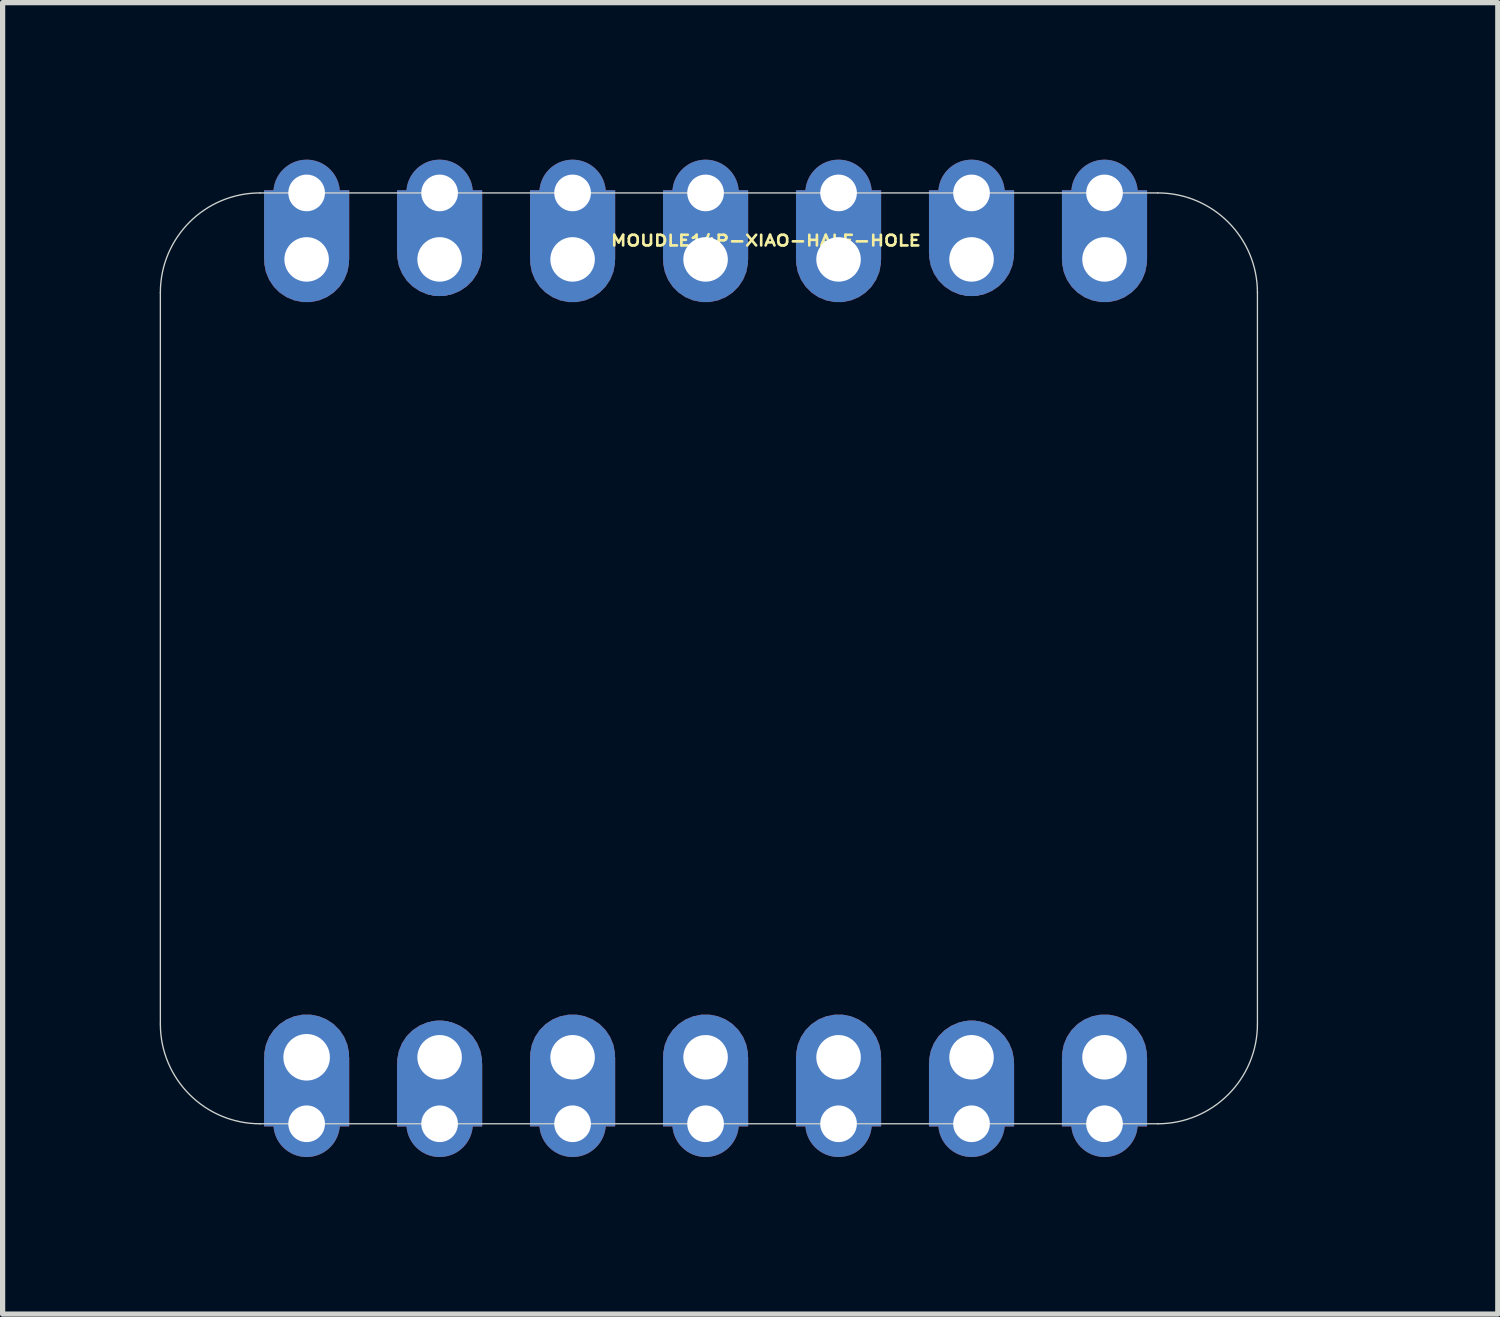
<source format=kicad_pcb>
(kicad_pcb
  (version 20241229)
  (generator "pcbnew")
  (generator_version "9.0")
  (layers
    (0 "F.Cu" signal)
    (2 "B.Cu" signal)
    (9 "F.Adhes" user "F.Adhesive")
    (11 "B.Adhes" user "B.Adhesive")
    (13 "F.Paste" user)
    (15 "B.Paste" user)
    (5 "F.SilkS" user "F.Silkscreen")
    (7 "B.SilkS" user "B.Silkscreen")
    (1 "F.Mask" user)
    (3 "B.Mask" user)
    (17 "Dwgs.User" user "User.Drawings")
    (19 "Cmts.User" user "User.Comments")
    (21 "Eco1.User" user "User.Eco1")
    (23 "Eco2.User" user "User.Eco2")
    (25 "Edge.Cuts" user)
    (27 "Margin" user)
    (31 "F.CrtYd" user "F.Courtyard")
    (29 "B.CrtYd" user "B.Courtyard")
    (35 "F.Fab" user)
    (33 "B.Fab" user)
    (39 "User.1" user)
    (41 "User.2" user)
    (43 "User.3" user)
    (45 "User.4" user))
  (footprint "MOUDLE14P-XIAO-HALF-HOLE"
    (layer "F.Cu")
    (at 10.427 9.525)
    (property "Reference" "MOUDLE14P-XIAO-HALF-HOLE" (at 1.153 -7.979 0) (unlocked yes) (layer "F.SilkS") (effects (font (size 0.203 0.254) (thickness 0.127))))
    (attr smd)
    (fp_line (start -10.414 -6.985) (end -10.414 6.985) (stroke (width 0.025) (type solid)) (layer "Edge.Cuts"))
    (fp_line (start -8.509 -8.89) (end 8.636 -8.89) (stroke (width 0.025) (type solid)) (layer "Edge.Cuts"))
    (fp_line (start -8.509 8.89) (end 8.636 8.89) (stroke (width 0.025) (type solid)) (layer "Edge.Cuts"))
    (fp_line (start 10.541 6.985) (end 10.541 -6.985) (stroke (width 0.025) (type solid)) (layer "Edge.Cuts"))
    (fp_arc (start -10.414 -6.985) (mid -9.856038 -8.332038) (end -8.509 -8.89) (stroke (width 0.0254) (type solid)) (layer "Edge.Cuts"))
    (fp_arc (start -8.509 8.89) (mid -9.856038 8.332038) (end -10.414 6.985) (stroke (width 0.0254) (type solid)) (layer "Edge.Cuts"))
    (fp_arc (start 8.636 -8.89) (mid 9.983038 -8.332038) (end 10.541 -6.985) (stroke (width 0.0254) (type solid)) (layer "Edge.Cuts"))
    (fp_arc (start 10.541 6.985) (mid 9.983038 8.332038) (end 8.636 8.89) (stroke (width 0.0254) (type solid)) (layer "Edge.Cuts"))
    (fp_line (start 10.57 4.516) (end 10.57 -4.485) (stroke (width 0.1) (type default)) (layer "User.1"))
    (fp_line (start 10.58 -4.485) (end 12.082 -4.485) (stroke (width 0.1) (type default)) (layer "User.1"))
    (fp_line (start 12.082 -4.485) (end 12.082 4.516) (stroke (width 0.1) (type default)) (layer "User.1"))
    (fp_line (start 12.082 4.516) (end 10.57 4.516) (stroke (width 0.1) (type default)) (layer "User.1"))
    (fp_rect (start 5.715 -3.81) (end 12.065 3.81) (stroke (width 0.076) (type default)) (fill no) (layer "User.1"))
    (fp_circle (center -7.62 -7.62) (end -7.493 -7.62) (stroke (width 0.025) (type default)) (fill no) (layer "User.1"))
    (fp_circle (center 7.62 7.62) (end 7.493 7.62) (stroke (width 0.025) (type default)) (fill no) (layer "User.1"))
    (pad "1" thru_hole circle (at 7.62 -8.89 180) (size 1.27 1.27) (drill 0.7) (layers "*.Cu" "*.Mask"))
    (pad "1" smd custom (at 7.62 -8.278) (size 1.626 1.325) (layers "F.Cu" "F.Mask" "F.Paste") (options (anchor rect)) (primitives (gr_circle (center 0 0.663) (end 0.813 0.663) (width 0) (fill yes))))
    (pad "1" smd custom (at 7.62 -8.278) (size 1.626 1.325) (layers "B.Cu" "B.Mask" "B.Paste") (options (anchor rect)) (primitives (gr_circle (center 0 0.663) (end -0.813 0.663) (width 0) (fill yes))))
    (pad "1" thru_hole roundrect (at 7.62 -7.62 270) (size 1.5 1.5) (drill 0.85) (layers "*.Cu" "*.Mask") (roundrect_rratio 0.25) (chamfer_ratio 0.293) (chamfer top_left top_right bottom_left bottom_right))
    (pad "2" thru_hole circle (at 5.08 -8.89 180) (size 1.27 1.27) (drill 0.7) (layers "*.Cu" "*.Mask"))
    (pad "2" smd custom (at 5.08 -8.337) (size 1.626 1.208) (layers "F.Cu" "F.Mask" "F.Paste") (options (anchor rect)) (primitives (gr_circle (center 0 0.605) (end 0.813 0.605) (width 0) (fill yes))))
    (pad "2" smd custom (at 5.08 -8.337) (size 1.626 1.208) (layers "B.Cu" "B.Mask" "B.Paste") (options (anchor rect)) (primitives (gr_circle (center 0 0.605) (end -0.813 0.605) (width 0) (fill yes))))
    (pad "2" thru_hole circle (at 5.08 -7.62 270) (size 1.4 1.4) (drill 0.85) (layers "*.Cu"))
    (pad "3" thru_hole circle (at 2.54 -8.89 180) (size 1.27 1.27) (drill 0.7) (layers "*.Cu" "*.Mask"))
    (pad "3" smd custom (at 2.54 -8.278) (size 1.626 1.325) (layers "F.Cu" "F.Mask" "F.Paste") (options (anchor rect)) (primitives (gr_circle (center 0 0.663) (end 0.813 0.663) (width 0) (fill yes))))
    (pad "3" smd custom (at 2.54 -8.278) (size 1.626 1.325) (layers "B.Cu" "B.Mask" "B.Paste") (options (anchor rect)) (primitives (gr_circle (center 0 0.663) (end -0.813 0.663) (width 0) (fill yes))))
    (pad "3" thru_hole circle (at 2.54 -7.62 270) (size 1.5 1.5) (drill 0.85) (layers "*.Cu" "*.Mask"))
    (pad "4" thru_hole circle (at 0 -8.89 180) (size 1.27 1.27) (drill 0.7) (layers "*.Cu" "*.Mask"))
    (pad "4" smd custom (at 0 -8.278) (size 1.626 1.325) (layers "F.Cu" "F.Mask" "F.Paste") (options (anchor rect)) (primitives (gr_circle (center 0 0.663) (end 0.813 0.663) (width 0) (fill yes))))
    (pad "4" smd custom (at 0 -8.278) (size 1.626 1.325) (layers "B.Cu" "B.Mask" "B.Paste") (options (anchor rect)) (primitives (gr_circle (center 0 0.663) (end -0.813 0.663) (width 0) (fill yes))))
    (pad "4" thru_hole circle (at 0 -7.62 270) (size 1.5 1.5) (drill 0.85) (layers "*.Cu" "*.Mask"))
    (pad "5" thru_hole circle (at -2.54 -8.89 180) (size 1.27 1.27) (drill 0.7) (layers "*.Cu" "*.Mask"))
    (pad "5" smd custom (at -2.54 -8.278) (size 1.626 1.325) (layers "F.Cu" "F.Mask" "F.Paste") (options (anchor rect)) (primitives (gr_circle (center 0 0.663) (end 0.813 0.663) (width 0) (fill yes))))
    (pad "5" smd custom (at -2.54 -8.278) (size 1.626 1.325) (layers "B.Cu" "B.Mask" "B.Paste") (options (anchor rect)) (primitives (gr_circle (center 0 0.663) (end -0.813 0.663) (width 0) (fill yes))))
    (pad "5" thru_hole circle (at -2.54 -7.62 270) (size 1.5 1.5) (drill 0.85) (layers "*.Cu" "*.Mask"))
    (pad "6" thru_hole circle (at -5.08 -8.89 180) (size 1.27 1.27) (drill 0.7) (layers "*.Cu" "*.Mask"))
    (pad "6" smd custom (at -5.08 -8.337) (size 1.626 1.208) (layers "F.Cu" "F.Mask" "F.Paste") (options (anchor rect)) (primitives (gr_circle (center 0 0.605) (end 0.813 0.605) (width 0) (fill yes))))
    (pad "6" smd custom (at -5.08 -8.337) (size 1.626 1.208) (layers "B.Cu" "B.Mask" "B.Paste") (options (anchor rect)) (primitives (gr_circle (center 0 0.605) (end -0.813 0.605) (width 0) (fill yes))))
    (pad "6" thru_hole circle (at -5.08 -7.62 270) (size 1.4 1.4) (drill 0.85) (layers "*.Cu"))
    (pad "7" thru_hole circle (at -7.62 -8.89 180) (size 1.27 1.27) (drill 0.7) (layers "*.Cu" "*.Mask"))
    (pad "7" smd custom (at -7.62 -8.278) (size 1.626 1.325) (layers "F.Cu" "F.Mask" "F.Paste") (options (anchor rect)) (primitives (gr_circle (center 0 0.663) (end 0.813 0.663) (width 0) (fill yes))))
    (pad "7" smd custom (at -7.62 -8.278) (size 1.626 1.325) (layers "B.Cu" "B.Mask" "B.Paste") (options (anchor rect)) (primitives (gr_circle (center 0 0.663) (end -0.813 0.663) (width 0) (fill yes))))
    (pad "7" thru_hole circle (at -7.62 -7.62 270) (size 1.5 1.5) (drill 0.85) (layers "*.Cu" "*.Mask"))
    (pad "8" thru_hole circle (at -7.62 7.62 270) (size 1.524 1.524) (drill 0.889) (layers "*.Cu" "*.Mask"))
    (pad "8" smd custom (at -7.62 8.278 180) (size 1.626 1.325) (layers "F.Cu" "F.Mask" "F.Paste") (options (anchor rect)) (primitives (gr_circle (center 0 0.663) (end 0.813 0.663) (width 0) (fill yes))))
    (pad "8" smd custom (at -7.62 8.278 180) (size 1.626 1.325) (layers "B.Cu" "B.Mask" "B.Paste") (options (anchor rect)) (primitives (gr_circle (center 0 0.663) (end -0.813 0.663) (width 0) (fill yes))))
    (pad "8" thru_hole circle (at -7.62 8.89) (size 1.27 1.27) (drill 0.7) (layers "*.Cu" "*.Mask"))
    (pad "9" thru_hole circle (at -5.08 7.62 90) (size 1.4 1.4) (drill 0.85) (layers "*.Cu"))
    (pad "9" smd custom (at -5.08 8.337 180) (size 1.626 1.208) (layers "F.Cu" "F.Mask" "F.Paste") (options (anchor rect)) (primitives (gr_circle (center 0 0.605) (end 0.813 0.605) (width 0) (fill yes))))
    (pad "9" smd custom (at -5.08 8.337 180) (size 1.626 1.208) (layers "B.Cu" "B.Mask" "B.Paste") (options (anchor rect)) (primitives (gr_circle (center 0 0.605) (end -0.813 0.605) (width 0) (fill yes))))
    (pad "9" thru_hole circle (at -5.08 8.89) (size 1.27 1.27) (drill 0.7) (layers "*.Cu" "*.Mask"))
    (pad "10" thru_hole circle (at -2.54 7.62 90) (size 1.5 1.5) (drill 0.85) (layers "*.Cu" "*.Mask"))
    (pad "10" smd custom (at -2.54 8.278 180) (size 1.626 1.325) (layers "F.Cu" "F.Mask" "F.Paste") (options (anchor rect)) (primitives (gr_circle (center 0 0.663) (end 0.813 0.663) (width 0) (fill yes))))
    (pad "10" smd custom (at -2.54 8.278 180) (size 1.626 1.325) (layers "B.Cu" "B.Mask" "B.Paste") (options (anchor rect)) (primitives (gr_circle (center 0 0.663) (end -0.813 0.663) (width 0) (fill yes))))
    (pad "10" thru_hole circle (at -2.54 8.89) (size 1.27 1.27) (drill 0.7) (layers "*.Cu" "*.Mask"))
    (pad "11" thru_hole circle (at 0 7.62 90) (size 1.5 1.5) (drill 0.85) (layers "*.Cu" "*.Mask"))
    (pad "11" smd custom (at 0 8.278 180) (size 1.626 1.325) (layers "F.Cu" "F.Mask" "F.Paste") (options (anchor rect)) (primitives (gr_circle (center 0 0.663) (end 0.813 0.663) (width 0) (fill yes))))
    (pad "11" smd custom (at 0 8.278 180) (size 1.626 1.325) (layers "B.Cu" "B.Mask" "B.Paste") (options (anchor rect)) (primitives (gr_circle (center 0 0.663) (end -0.813 0.663) (width 0) (fill yes))))
    (pad "11" thru_hole circle (at 0 8.89) (size 1.27 1.27) (drill 0.7) (layers "*.Cu" "*.Mask"))
    (pad "12" thru_hole circle (at 2.54 7.62 90) (size 1.5 1.5) (drill 0.85) (layers "*.Cu" "*.Mask"))
    (pad "12" smd custom (at 2.54 8.278 180) (size 1.626 1.325) (layers "F.Cu" "F.Mask" "F.Paste") (options (anchor rect)) (primitives (gr_circle (center 0 0.663) (end 0.813 0.663) (width 0) (fill yes))))
    (pad "12" smd custom (at 2.54 8.278 180) (size 1.626 1.325) (layers "B.Cu" "B.Mask" "B.Paste") (options (anchor rect)) (primitives (gr_circle (center 0 0.663) (end -0.813 0.663) (width 0) (fill yes))))
    (pad "12" thru_hole circle (at 2.54 8.89) (size 1.27 1.27) (drill 0.7) (layers "*.Cu" "*.Mask"))
    (pad "13" thru_hole circle (at 5.08 7.62 90) (size 1.4 1.4) (drill 0.85) (layers "*.Cu"))
    (pad "13" smd custom (at 5.08 8.337 180) (size 1.626 1.208) (layers "F.Cu" "F.Mask" "F.Paste") (options (anchor rect)) (primitives (gr_circle (center 0 0.605) (end 0.813 0.605) (width 0) (fill yes))))
    (pad "13" smd custom (at 5.08 8.337 180) (size 1.626 1.208) (layers "B.Cu" "B.Mask" "B.Paste") (options (anchor rect)) (primitives (gr_circle (center 0 0.605) (end -0.813 0.605) (width 0) (fill yes))))
    (pad "13" thru_hole circle (at 5.08 8.89) (size 1.27 1.27) (drill 0.7) (layers "*.Cu" "*.Mask"))
    (pad "14" thru_hole circle (at 7.62 7.62 90) (size 1.5 1.5) (drill 0.85) (layers "*.Cu" "*.Mask"))
    (pad "14" smd custom (at 7.62 8.278 180) (size 1.626 1.325) (layers "F.Cu" "F.Mask" "F.Paste") (options (anchor rect)) (primitives (gr_circle (center 0 0.663) (end 0.813 0.663) (width 0) (fill yes))))
    (pad "14" smd custom (at 7.62 8.278 180) (size 1.626 1.325) (layers "B.Cu" "B.Mask" "B.Paste") (options (anchor rect)) (primitives (gr_circle (center 0 0.663) (end -0.813 0.663) (width 0) (fill yes))))
    (pad "14" thru_hole circle (at 7.62 8.89) (size 1.27 1.27) (drill 0.7) (layers "*.Cu" "*.Mask")))
  (gr_rect
    (start -3 -3)
    (end 25.559 22.05)
    (stroke (width 0.1) (type default))
    (fill no)
    (layer "Edge.Cuts")))
</source>
